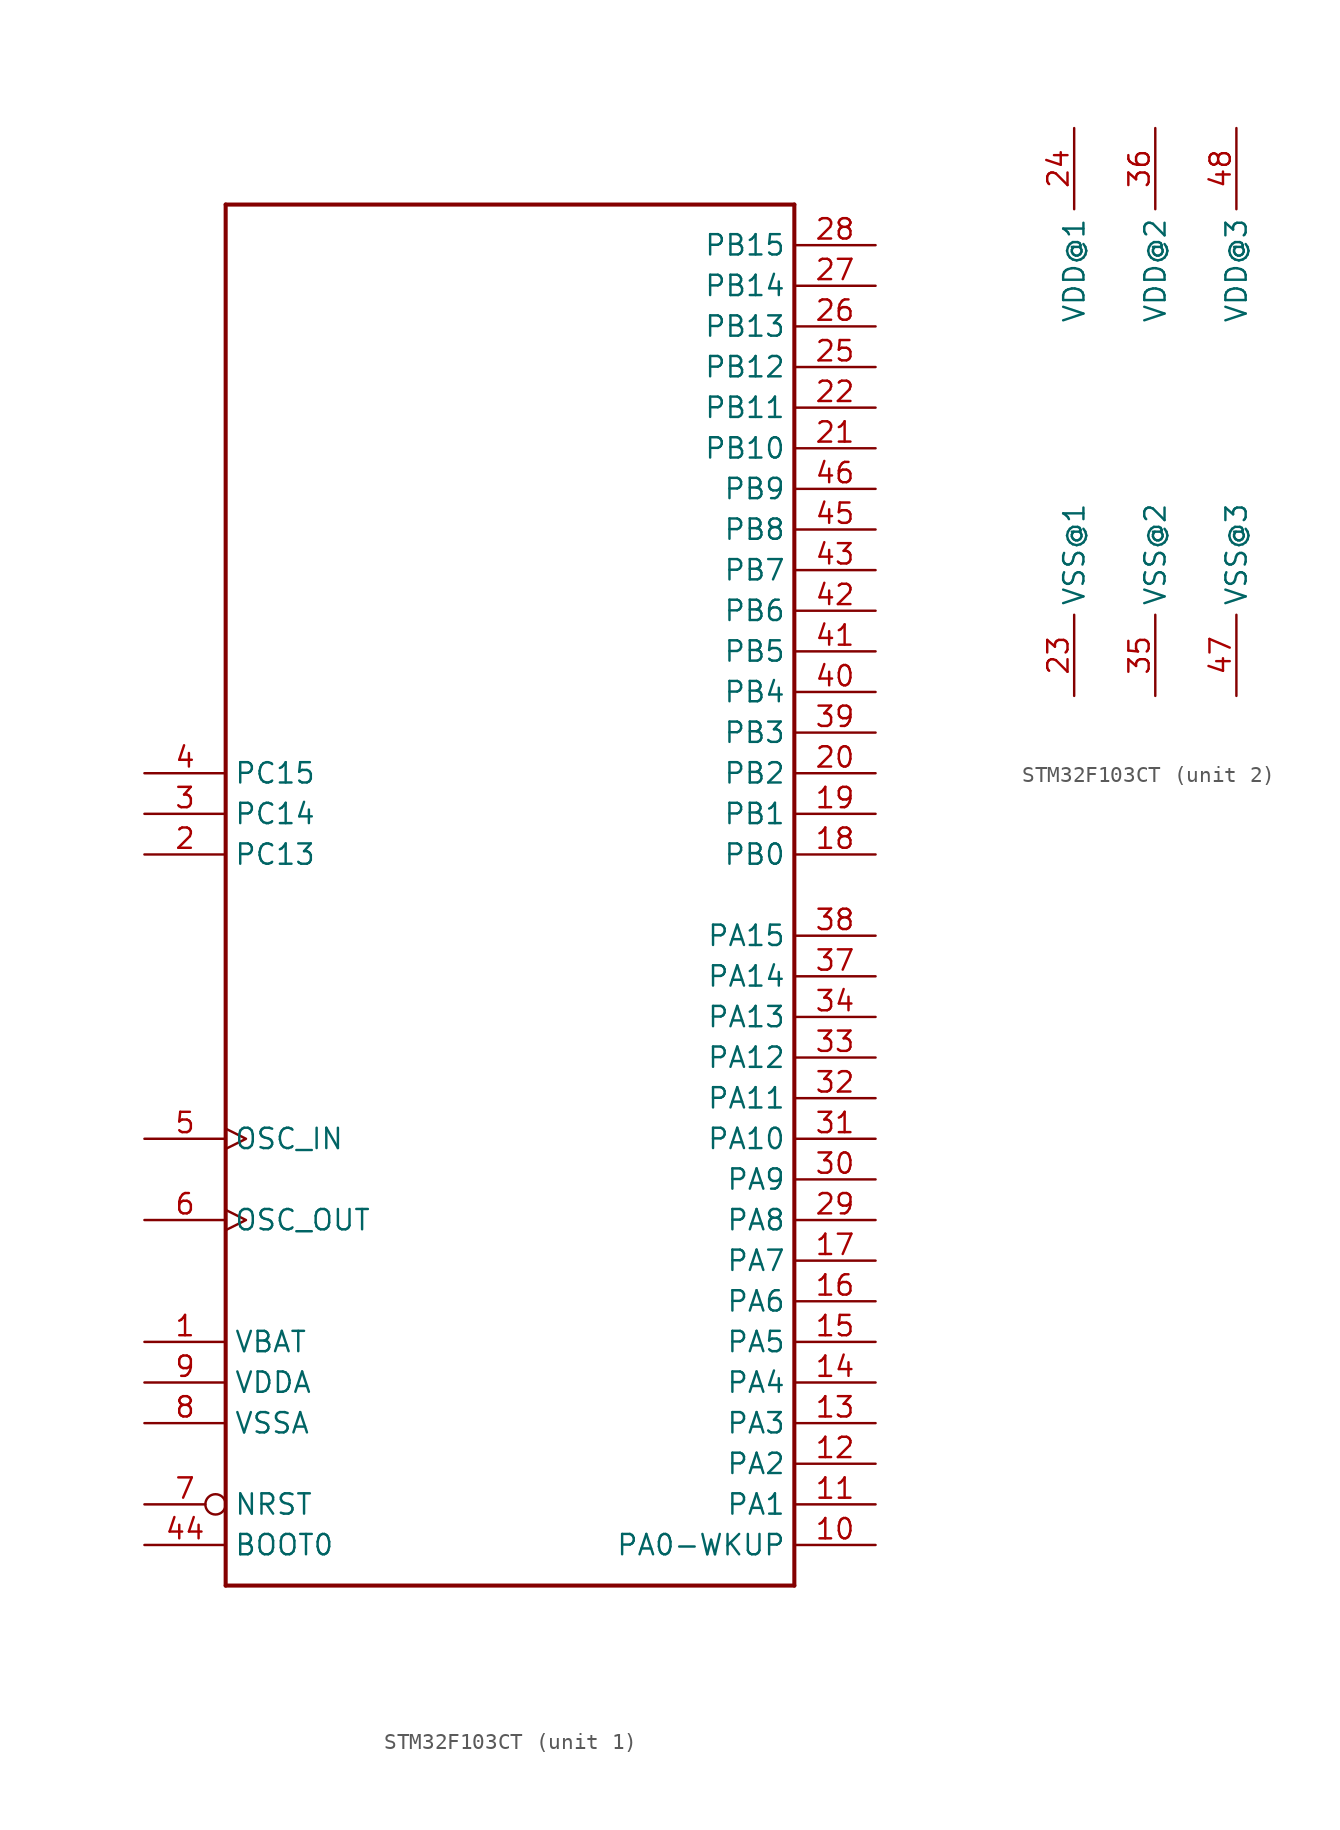
<source format=kicad_sym>
(kicad_symbol_lib
  (version 20220914)
  (generator kicad_symbol_editor)
  (symbol "STM32F103CT"
    (property "Reference" "IC"
      (at -5.08 45.72 0)
      (effects (font (size 1.778 1.511)) (justify left bottom) hide))
    (property "ki_locked" ""
      (at 0 0 0)
      (effects (font (size 1.27 1.27))))
    (symbol "STM32F103CT_1_0"
      (polyline (pts (xy -17.78 -43.18) (xy -17.78 43.18)) (stroke (width 0.254) (type solid)) (fill (type none)))
      (polyline (pts (xy -17.78 43.18) (xy 17.78 43.18)) (stroke (width 0.254) (type solid)) (fill (type none)))
      (polyline (pts (xy 17.78 -43.18) (xy -17.78 -43.18)) (stroke (width 0.254) (type solid)) (fill (type none)))
      (polyline (pts (xy 17.78 43.18) (xy 17.78 -43.18)) (stroke (width 0.254) (type solid)) (fill (type none)))
      (pin power_in line (at -22.86 -27.94 0) (length 5.08) (name "VBAT" (effects (font (size 1.27 1.27)))) (number "1" (effects (font (size 1.27 1.27)))))
      (pin bidirectional line (at 22.86 -40.64 180) (length 5.08) (name "PA0-WKUP" (effects (font (size 1.27 1.27)))) (number "10" (effects (font (size 1.27 1.27)))))
      (pin bidirectional line (at 22.86 -38.1 180) (length 5.08) (name "PA1" (effects (font (size 1.27 1.27)))) (number "11" (effects (font (size 1.27 1.27)))))
      (pin bidirectional line (at 22.86 -35.56 180) (length 5.08) (name "PA2" (effects (font (size 1.27 1.27)))) (number "12" (effects (font (size 1.27 1.27)))))
      (pin bidirectional line (at 22.86 -33.02 180) (length 5.08) (name "PA3" (effects (font (size 1.27 1.27)))) (number "13" (effects (font (size 1.27 1.27)))))
      (pin bidirectional line (at 22.86 -30.48 180) (length 5.08) (name "PA4" (effects (font (size 1.27 1.27)))) (number "14" (effects (font (size 1.27 1.27)))))
      (pin bidirectional line (at 22.86 -27.94 180) (length 5.08) (name "PA5" (effects (font (size 1.27 1.27)))) (number "15" (effects (font (size 1.27 1.27)))))
      (pin bidirectional line (at 22.86 -25.4 180) (length 5.08) (name "PA6" (effects (font (size 1.27 1.27)))) (number "16" (effects (font (size 1.27 1.27)))))
      (pin bidirectional line (at 22.86 -22.86 180) (length 5.08) (name "PA7" (effects (font (size 1.27 1.27)))) (number "17" (effects (font (size 1.27 1.27)))))
      (pin bidirectional line (at 22.86 2.54 180) (length 5.08) (name "PB0" (effects (font (size 1.27 1.27)))) (number "18" (effects (font (size 1.27 1.27)))))
      (pin bidirectional line (at 22.86 5.08 180) (length 5.08) (name "PB1" (effects (font (size 1.27 1.27)))) (number "19" (effects (font (size 1.27 1.27)))))
      (pin bidirectional line (at -22.86 2.54 0) (length 5.08) (name "PC13" (effects (font (size 1.27 1.27)))) (number "2" (effects (font (size 1.27 1.27)))))
      (pin bidirectional line (at 22.86 7.62 180) (length 5.08) (name "PB2" (effects (font (size 1.27 1.27)))) (number "20" (effects (font (size 1.27 1.27)))))
      (pin bidirectional line (at 22.86 27.94 180) (length 5.08) (name "PB10" (effects (font (size 1.27 1.27)))) (number "21" (effects (font (size 1.27 1.27)))))
      (pin bidirectional line (at 22.86 30.48 180) (length 5.08) (name "PB11" (effects (font (size 1.27 1.27)))) (number "22" (effects (font (size 1.27 1.27)))))
      (pin bidirectional line (at 22.86 33.02 180) (length 5.08) (name "PB12" (effects (font (size 1.27 1.27)))) (number "25" (effects (font (size 1.27 1.27)))))
      (pin bidirectional line (at 22.86 35.56 180) (length 5.08) (name "PB13" (effects (font (size 1.27 1.27)))) (number "26" (effects (font (size 1.27 1.27)))))
      (pin bidirectional line (at 22.86 38.1 180) (length 5.08) (name "PB14" (effects (font (size 1.27 1.27)))) (number "27" (effects (font (size 1.27 1.27)))))
      (pin bidirectional line (at 22.86 40.64 180) (length 5.08) (name "PB15" (effects (font (size 1.27 1.27)))) (number "28" (effects (font (size 1.27 1.27)))))
      (pin bidirectional line (at 22.86 -20.32 180) (length 5.08) (name "PA8" (effects (font (size 1.27 1.27)))) (number "29" (effects (font (size 1.27 1.27)))))
      (pin bidirectional line (at -22.86 5.08 0) (length 5.08) (name "PC14" (effects (font (size 1.27 1.27)))) (number "3" (effects (font (size 1.27 1.27)))))
      (pin bidirectional line (at 22.86 -17.78 180) (length 5.08) (name "PA9" (effects (font (size 1.27 1.27)))) (number "30" (effects (font (size 1.27 1.27)))))
      (pin bidirectional line (at 22.86 -15.24 180) (length 5.08) (name "PA10" (effects (font (size 1.27 1.27)))) (number "31" (effects (font (size 1.27 1.27)))))
      (pin bidirectional line (at 22.86 -12.7 180) (length 5.08) (name "PA11" (effects (font (size 1.27 1.27)))) (number "32" (effects (font (size 1.27 1.27)))))
      (pin bidirectional line (at 22.86 -10.16 180) (length 5.08) (name "PA12" (effects (font (size 1.27 1.27)))) (number "33" (effects (font (size 1.27 1.27)))))
      (pin bidirectional line (at 22.86 -7.62 180) (length 5.08) (name "PA13" (effects (font (size 1.27 1.27)))) (number "34" (effects (font (size 1.27 1.27)))))
      (pin bidirectional line (at 22.86 -5.08 180) (length 5.08) (name "PA14" (effects (font (size 1.27 1.27)))) (number "37" (effects (font (size 1.27 1.27)))))
      (pin bidirectional line (at 22.86 -2.54 180) (length 5.08) (name "PA15" (effects (font (size 1.27 1.27)))) (number "38" (effects (font (size 1.27 1.27)))))
      (pin bidirectional line (at 22.86 10.16 180) (length 5.08) (name "PB3" (effects (font (size 1.27 1.27)))) (number "39" (effects (font (size 1.27 1.27)))))
      (pin bidirectional line (at -22.86 7.62 0) (length 5.08) (name "PC15" (effects (font (size 1.27 1.27)))) (number "4" (effects (font (size 1.27 1.27)))))
      (pin bidirectional line (at 22.86 12.7 180) (length 5.08) (name "PB4" (effects (font (size 1.27 1.27)))) (number "40" (effects (font (size 1.27 1.27)))))
      (pin bidirectional line (at 22.86 15.24 180) (length 5.08) (name "PB5" (effects (font (size 1.27 1.27)))) (number "41" (effects (font (size 1.27 1.27)))))
      (pin bidirectional line (at 22.86 17.78 180) (length 5.08) (name "PB6" (effects (font (size 1.27 1.27)))) (number "42" (effects (font (size 1.27 1.27)))))
      (pin bidirectional line (at 22.86 20.32 180) (length 5.08) (name "PB7" (effects (font (size 1.27 1.27)))) (number "43" (effects (font (size 1.27 1.27)))))
      (pin input line (at -22.86 -40.64 0) (length 5.08) (name "BOOT0" (effects (font (size 1.27 1.27)))) (number "44" (effects (font (size 1.27 1.27)))))
      (pin bidirectional line (at 22.86 22.86 180) (length 5.08) (name "PB8" (effects (font (size 1.27 1.27)))) (number "45" (effects (font (size 1.27 1.27)))))
      (pin bidirectional line (at 22.86 25.4 180) (length 5.08) (name "PB9" (effects (font (size 1.27 1.27)))) (number "46" (effects (font (size 1.27 1.27)))))
      (pin bidirectional clock (at -22.86 -15.24 0) (length 5.08) (name "OSC_IN" (effects (font (size 1.27 1.27)))) (number "5" (effects (font (size 1.27 1.27)))))
      (pin bidirectional clock (at -22.86 -20.32 0) (length 5.08) (name "OSC_OUT" (effects (font (size 1.27 1.27)))) (number "6" (effects (font (size 1.27 1.27)))))
      (pin bidirectional inverted (at -22.86 -38.1 0) (length 5.08) (name "NRST" (effects (font (size 1.27 1.27)))) (number "7" (effects (font (size 1.27 1.27)))))
      (pin power_in line (at -22.86 -33.02 0) (length 5.08) (name "VSSA" (effects (font (size 1.27 1.27)))) (number "8" (effects (font (size 1.27 1.27)))))
      (pin power_in line (at -22.86 -30.48 0) (length 5.08) (name "VDDA" (effects (font (size 1.27 1.27)))) (number "9" (effects (font (size 1.27 1.27))))))
    (symbol "STM32F103CT_2_0"
      (pin power_in line (at -5.08 -17.78 90) (length 5.08) (name "VSS@1" (effects (font (size 1.27 1.27)))) (number "23" (effects (font (size 1.27 1.27)))))
      (pin power_in line (at -5.08 17.78 270) (length 5.08) (name "VDD@1" (effects (font (size 1.27 1.27)))) (number "24" (effects (font (size 1.27 1.27)))))
      (pin power_in line (at 0 -17.78 90) (length 5.08) (name "VSS@2" (effects (font (size 1.27 1.27)))) (number "35" (effects (font (size 1.27 1.27)))))
      (pin power_in line (at 0 17.78 270) (length 5.08) (name "VDD@2" (effects (font (size 1.27 1.27)))) (number "36" (effects (font (size 1.27 1.27)))))
      (pin power_in line (at 5.08 -17.78 90) (length 5.08) (name "VSS@3" (effects (font (size 1.27 1.27)))) (number "47" (effects (font (size 1.27 1.27)))))
      (pin power_in line (at 5.08 17.78 270) (length 5.08) (name "VDD@3" (effects (font (size 1.27 1.27)))) (number "48" (effects (font (size 1.27 1.27))))))))
</source>
